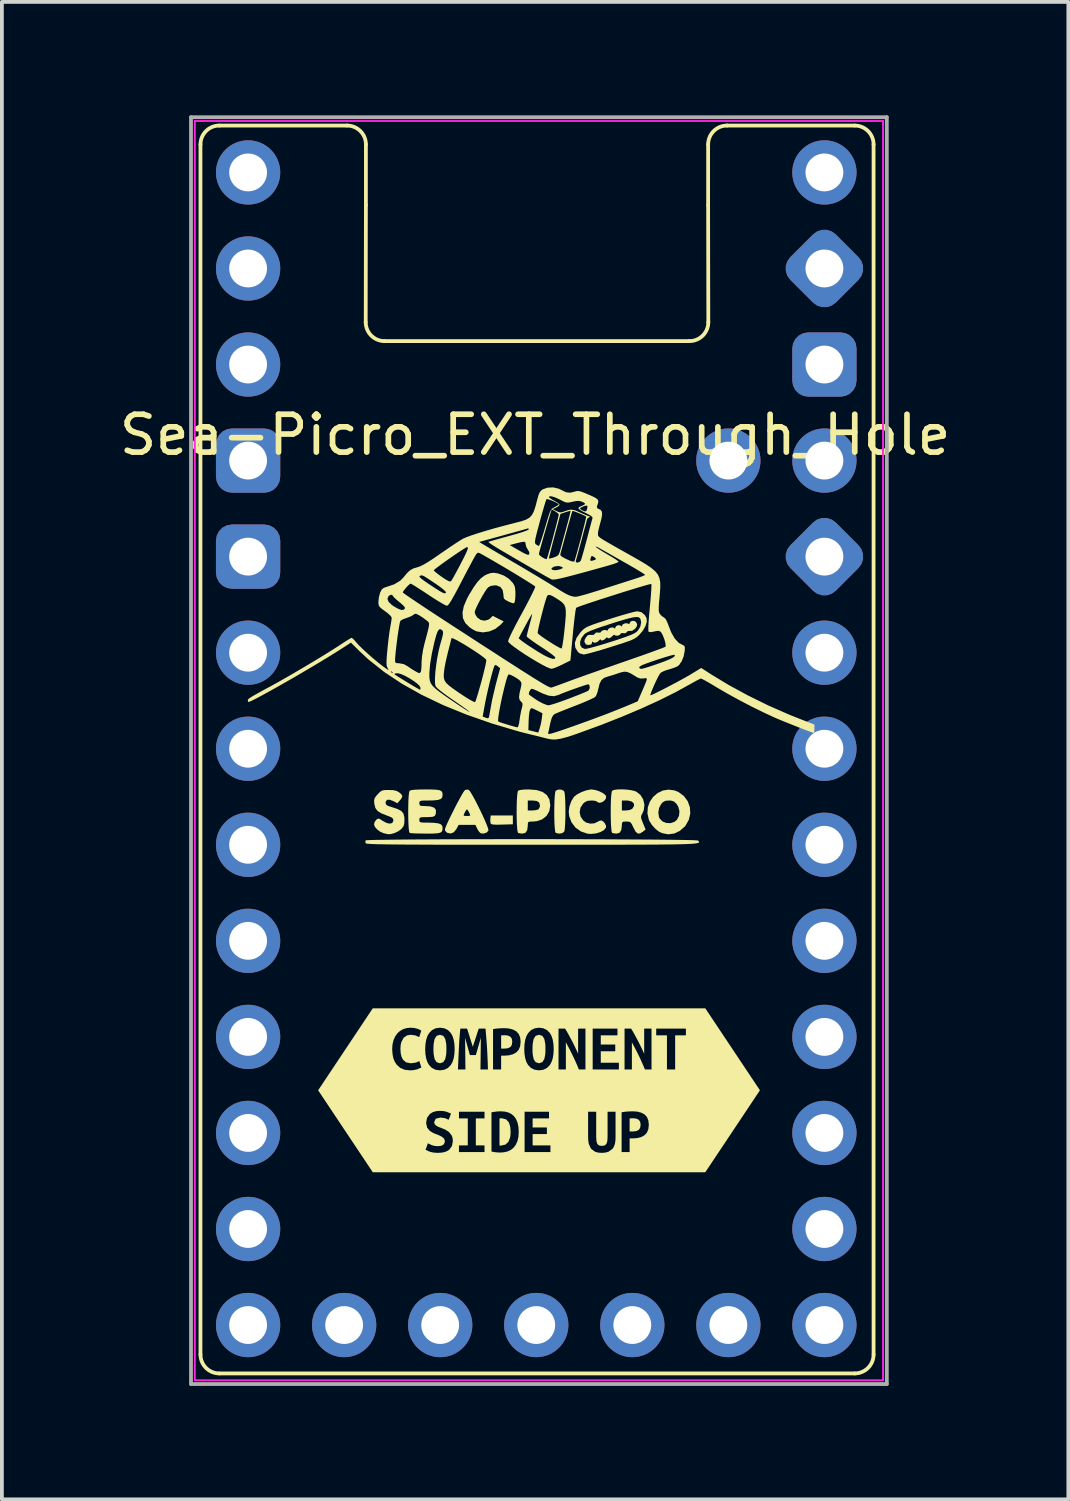
<source format=kicad_pcb>
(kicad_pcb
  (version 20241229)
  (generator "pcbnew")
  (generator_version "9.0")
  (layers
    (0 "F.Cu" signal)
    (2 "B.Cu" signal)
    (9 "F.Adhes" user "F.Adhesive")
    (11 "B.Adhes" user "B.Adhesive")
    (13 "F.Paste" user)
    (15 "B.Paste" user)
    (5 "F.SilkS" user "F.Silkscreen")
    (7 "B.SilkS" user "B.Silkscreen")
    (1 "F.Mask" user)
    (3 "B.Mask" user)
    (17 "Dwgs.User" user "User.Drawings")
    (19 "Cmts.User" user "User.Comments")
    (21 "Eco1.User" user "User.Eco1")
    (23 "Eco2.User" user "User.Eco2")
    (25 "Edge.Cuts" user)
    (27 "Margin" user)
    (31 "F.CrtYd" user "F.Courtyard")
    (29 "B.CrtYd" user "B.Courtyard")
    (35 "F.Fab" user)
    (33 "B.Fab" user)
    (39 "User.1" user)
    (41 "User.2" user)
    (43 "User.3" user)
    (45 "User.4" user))
  (footprint "Sea-Picro_EXT_Through_Hole"
    (layer "F.Cu")
    (at 11.101 16.75)
    (property "Reference" "Sea-Picro_EXT_Through_Hole" (at 0 -8.3 0) (unlocked yes) (layer "F.SilkS") (effects (font (size 1 1) (thickness 0.15))))
    (attr through_hole exclude_from_pos_files)
    (fp_line (start -8.85 -15.98) (end -8.85 16.02) (stroke (width 0.1) (type solid)) (layer "F.SilkS"))
    (fp_line (start -8.35 16.52) (end 8.45 16.52) (stroke (width 0.1) (type solid)) (layer "F.SilkS"))
    (fp_line (start -4.975 -16.48) (end -8.35 -16.48) (stroke (width 0.1) (type solid)) (layer "F.SilkS"))
    (fp_line (start -4.475 -14.38) (end -4.48 -11.28) (stroke (width 0.1) (type solid)) (layer "F.SilkS"))
    (fp_line (start -4.475 -14.38) (end -4.475 -15.98) (stroke (width 0.1) (type solid)) (layer "F.SilkS"))
    (fp_line (start -3.98 -10.78) (end 4.08 -10.78) (stroke (width 0.1) (type solid)) (layer "F.SilkS"))
    (fp_line (start 4.575 -14.38) (end 4.575 -15.98) (stroke (width 0.1) (type solid)) (layer "F.SilkS"))
    (fp_line (start 4.575 -14.38) (end 4.58 -11.28) (stroke (width 0.1) (type solid)) (layer "F.SilkS"))
    (fp_line (start 5.075 -16.48) (end 8.45 -16.48) (stroke (width 0.1) (type solid)) (layer "F.SilkS"))
    (fp_line (start 8.95 16.02) (end 8.95 -15.98) (stroke (width 0.1) (type solid)) (layer "F.SilkS"))
    (fp_arc (start -8.84951 -15.98) (mid -8.703063 -16.333553) (end -8.34951 -16.48) (stroke (width 0.1) (type solid)) (layer "F.SilkS"))
    (fp_arc (start -8.34951 16.52) (mid -8.703063 16.373553) (end -8.84951 16.02) (stroke (width 0.1) (type solid)) (layer "F.SilkS"))
    (fp_arc (start -4.97451 -16.48) (mid -4.620957 -16.333553) (end -4.47451 -15.98) (stroke (width 0.1) (type solid)) (layer "F.SilkS"))
    (fp_arc (start -3.98 -10.77951) (mid -4.333553 -10.925957) (end -4.48 -11.27951) (stroke (width 0.1) (type solid)) (layer "F.SilkS"))
    (fp_arc (start 4.57549 -15.98) (mid 4.721931 -16.333559) (end 5.07549 -16.48) (stroke (width 0.1) (type solid)) (layer "F.SilkS"))
    (fp_arc (start 4.58 -11.27951) (mid 4.433553 -10.925957) (end 4.08 -10.77951) (stroke (width 0.1) (type solid)) (layer "F.SilkS"))
    (fp_arc (start 8.45049 -16.48) (mid 8.804046 -16.333556) (end 8.95049 -15.98) (stroke (width 0.1) (type solid)) (layer "F.SilkS"))
    (fp_arc (start 8.95049 16.02) (mid 8.804039 16.373543) (end 8.45049 16.52) (stroke (width 0.1) (type solid)) (layer "F.SilkS"))
    (fp_poly (pts (xy -0.589 1.998) (xy -0.874 2.006) (xy -1.012 2.009) (xy -1.101 2.005) (xy -1.152 1.995) (xy -1.175 1.976) (xy -1.177 1.972) (xy -1.186 1.913) (xy -1.183 1.847) (xy -1.174 1.764) (xy -0.589 1.764)) (stroke (width 0) (type solid)) (fill yes) (layer "F.SilkS"))
    (fp_poly (pts (xy -0.792 7.576) (xy -0.845 7.577) (xy -0.899 7.581) (xy -0.899 7.93) (xy -0.811 7.93) (xy -0.721 7.92) (xy -0.656 7.889) (xy -0.617 7.834) (xy -0.604 7.749) (xy -0.616 7.668) (xy -0.655 7.615) (xy -0.715 7.586) (xy -0.792 7.576)) (stroke (width 0) (type solid)) (fill yes) (layer "F.SilkS"))
    (fp_poly (pts (xy 2.604 9.772) (xy 2.551 9.773) (xy 2.499 9.777) (xy 2.499 10.121) (xy 2.585 10.121) (xy 2.674 10.111) (xy 2.738 10.081) (xy 2.777 10.026) (xy 2.79 9.942) (xy 2.777 9.863) (xy 2.739 9.811) (xy 2.68 9.782) (xy 2.604 9.772)) (stroke (width 0) (type solid)) (fill yes) (layer "F.SilkS"))
    (fp_poly (pts (xy -0.942 10.493) (xy -0.923 10.495) (xy -0.904 10.495) (xy -0.783 10.467) (xy -0.704 10.391) (xy -0.661 10.277) (xy -0.651 10.208) (xy -0.648 10.132) (xy -0.658 9.997) (xy -0.694 9.882) (xy -0.765 9.802) (xy -0.88 9.772) (xy -0.911 9.773) (xy -0.942 9.777) (xy -0.942 10.493)) (stroke (width 0) (type solid)) (fill yes) (layer "F.SilkS"))
    (fp_poly (pts (xy -2.689 7.941) (xy -2.687 8.017) (xy -2.682 8.088) (xy -2.658 8.208) (xy -2.606 8.288) (xy -2.517 8.318) (xy -2.429 8.288) (xy -2.377 8.207) (xy -2.352 8.088) (xy -2.348 8.017) (xy -2.346 7.941) (xy -2.348 7.865) (xy -2.352 7.793) (xy -2.377 7.674) (xy -2.428 7.593) (xy -2.517 7.564) (xy -2.606 7.593) (xy -2.658 7.675) (xy -2.682 7.794) (xy -2.687 7.865) (xy -2.689 7.941)) (stroke (width 0) (type solid)) (fill yes) (layer "F.SilkS"))
    (fp_poly (pts (xy -0.069 7.941) (xy -0.068 8.017) (xy -0.063 8.088) (xy -0.039 8.208) (xy 0.013 8.288) (xy 0.102 8.318) (xy 0.19 8.288) (xy 0.243 8.207) (xy 0.267 8.088) (xy 0.272 8.017) (xy 0.273 7.941) (xy 0.272 7.865) (xy 0.267 7.793) (xy 0.243 7.674) (xy 0.191 7.593) (xy 0.102 7.564) (xy 0.013 7.593) (xy -0.039 7.675) (xy -0.063 7.794) (xy -0.068 7.865) (xy -0.069 7.941)) (stroke (width 0) (type solid)) (fill yes) (layer "F.SilkS"))
    (fp_poly (pts (xy 0.688 1.08) (xy 0.754 1.111) (xy 0.771 1.133) (xy 0.782 1.182) (xy 0.791 1.28) (xy 0.798 1.415) (xy 0.801 1.578) (xy 0.801 1.661) (xy 0.8 1.834) (xy 0.794 1.984) (xy 0.786 2.101) (xy 0.776 2.174) (xy 0.771 2.19) (xy 0.719 2.232) (xy 0.637 2.245) (xy 0.546 2.227) (xy 0.545 2.227) (xy 0.532 2.194) (xy 0.521 2.113) (xy 0.513 1.997) (xy 0.508 1.855) (xy 0.506 1.701) (xy 0.507 1.543) (xy 0.511 1.395) (xy 0.518 1.267) (xy 0.528 1.171) (xy 0.54 1.117) (xy 0.544 1.111) (xy 0.609 1.08)) (stroke (width 0) (type solid)) (fill yes) (layer "F.SilkS"))
    (fp_poly (pts (xy 1.589 1.09) (xy 1.694 1.124) (xy 1.789 1.171) (xy 1.857 1.223) (xy 1.879 1.261) (xy 1.868 1.325) (xy 1.822 1.381) (xy 1.757 1.419) (xy 1.691 1.43) (xy 1.64 1.405) (xy 1.635 1.398) (xy 1.598 1.38) (xy 1.523 1.37) (xy 1.485 1.369) (xy 1.386 1.378) (xy 1.314 1.413) (xy 1.267 1.454) (xy 1.199 1.56) (xy 1.178 1.679) (xy 1.204 1.797) (xy 1.274 1.898) (xy 1.348 1.951) (xy 1.453 1.98) (xy 1.562 1.974) (xy 1.637 1.94) (xy 1.702 1.906) (xy 1.744 1.896) (xy 1.798 1.92) (xy 1.847 1.977) (xy 1.876 2.044) (xy 1.874 2.084) (xy 1.82 2.151) (xy 1.724 2.205) (xy 1.603 2.241) (xy 1.471 2.253) (xy 1.387 2.246) (xy 1.212 2.188) (xy 1.068 2.086) (xy 0.962 1.947) (xy 0.901 1.782) (xy 0.889 1.661) (xy 0.909 1.52) (xy 0.96 1.379) (xy 1.029 1.271) (xy 1.109 1.207) (xy 1.225 1.147) (xy 1.351 1.101) (xy 1.467 1.078) (xy 1.49 1.076)) (stroke (width 0) (type solid)) (fill yes) (layer "F.SilkS"))
    (fp_poly (pts (xy 3.689 1.103) (xy 3.789 1.144) (xy 3.934 1.251) (xy 4.036 1.389) (xy 4.093 1.547) (xy 4.103 1.714) (xy 4.064 1.881) (xy 3.975 2.036) (xy 3.954 2.061) (xy 3.825 2.173) (xy 3.68 2.242) (xy 3.531 2.262) (xy 3.479 2.256) (xy 3.401 2.24) (xy 3.354 2.23) (xy 3.27 2.19) (xy 3.176 2.113) (xy 3.088 2.015) (xy 3.022 1.911) (xy 3.008 1.879) (xy 2.97 1.709) (xy 2.971 1.69) (xy 3.258 1.69) (xy 3.276 1.809) (xy 3.289 1.838) (xy 3.363 1.919) (xy 3.465 1.963) (xy 3.578 1.968) (xy 3.685 1.933) (xy 3.75 1.88) (xy 3.805 1.775) (xy 3.817 1.651) (xy 3.784 1.529) (xy 3.74 1.459) (xy 3.677 1.398) (xy 3.609 1.373) (xy 3.537 1.369) (xy 3.446 1.377) (xy 3.382 1.41) (xy 3.335 1.459) (xy 3.278 1.565) (xy 3.258 1.69) (xy 2.971 1.69) (xy 2.981 1.547) (xy 3.035 1.398) (xy 3.123 1.271) (xy 3.24 1.171) (xy 3.378 1.105) (xy 3.53 1.081)) (stroke (width 0) (type solid)) (fill yes) (layer "F.SilkS"))
    (fp_poly (pts (xy 0.036 1.092) (xy 0.196 1.142) (xy 0.31 1.225) (xy 0.378 1.342) (xy 0.401 1.495) (xy 0.401 1.501) (xy 0.375 1.652) (xy 0.301 1.776) (xy 0.187 1.867) (xy 0.038 1.917) (xy -0.061 1.925) (xy -0.142 1.927) (xy -0.181 1.941) (xy -0.193 1.981) (xy -0.194 2.029) (xy -0.208 2.15) (xy -0.253 2.221) (xy -0.328 2.244) (xy -0.334 2.244) (xy -0.407 2.237) (xy -0.45 2.227) (xy -0.463 2.194) (xy -0.474 2.113) (xy -0.482 1.997) (xy -0.487 1.855) (xy -0.489 1.701) (xy -0.488 1.632) (xy -0.194 1.632) (xy -0.068 1.632) (xy 0.019 1.624) (xy 0.082 1.605) (xy 0.093 1.597) (xy 0.123 1.54) (xy 0.128 1.501) (xy 0.109 1.426) (xy 0.047 1.383) (xy -0.062 1.369) (xy -0.068 1.369) (xy -0.194 1.369) (xy -0.194 1.632) (xy -0.488 1.632) (xy -0.488 1.543) (xy -0.484 1.395) (xy -0.477 1.267) (xy -0.467 1.171) (xy -0.455 1.117) (xy -0.451 1.111) (xy -0.401 1.092) (xy -0.303 1.08) (xy -0.172 1.076)) (stroke (width 0) (type solid)) (fill yes) (layer "F.SilkS"))
    (fp_poly (pts (xy -1.752 1.092) (xy -1.719 1.129) (xy -1.67 1.21) (xy -1.607 1.322) (xy -1.537 1.457) (xy -1.464 1.603) (xy -1.394 1.751) (xy -1.33 1.891) (xy -1.279 2.012) (xy -1.245 2.105) (xy -1.233 2.158) (xy -1.234 2.163) (xy -1.276 2.212) (xy -1.349 2.241) (xy -1.426 2.24) (xy -1.437 2.236) (xy -1.478 2.2) (xy -1.522 2.133) (xy -1.53 2.116) (xy -1.58 2.013) (xy -2.022 2.013) (xy -2.081 2.122) (xy -2.151 2.209) (xy -2.235 2.243) (xy -2.328 2.221) (xy -2.337 2.216) (xy -2.379 2.168) (xy -2.386 2.136) (xy -2.372 2.088) (xy -2.336 2) (xy -2.282 1.883) (xy -2.225 1.765) (xy -1.891 1.765) (xy -1.865 1.775) (xy -1.804 1.779) (xy -1.803 1.779) (xy -1.741 1.775) (xy -1.715 1.765) (xy -1.715 1.765) (xy -1.728 1.723) (xy -1.756 1.665) (xy -1.786 1.618) (xy -1.803 1.603) (xy -1.826 1.626) (xy -1.857 1.678) (xy -1.883 1.734) (xy -1.891 1.765) (xy -2.225 1.765) (xy -2.215 1.746) (xy -2.142 1.6) (xy -2.068 1.455) (xy -1.996 1.322) (xy -1.934 1.21) (xy -1.885 1.13) (xy -1.855 1.093) (xy -1.854 1.092) (xy -1.784 1.079)) (stroke (width 0) (type solid)) (fill yes) (layer "F.SilkS"))
    (fp_poly (pts (xy 2.437 1.082) (xy 2.557 1.099) (xy 2.653 1.125) (xy 2.675 1.135) (xy 2.786 1.222) (xy 2.859 1.342) (xy 2.89 1.48) (xy 2.874 1.621) (xy 2.836 1.711) (xy 2.808 1.763) (xy 2.799 1.806) (xy 2.81 1.86) (xy 2.843 1.945) (xy 2.852 1.968) (xy 2.922 2.136) (xy 2.853 2.191) (xy 2.775 2.24) (xy 2.712 2.241) (xy 2.656 2.191) (xy 2.6 2.086) (xy 2.558 1.996) (xy 2.524 1.948) (xy 2.483 1.929) (xy 2.42 1.925) (xy 2.411 1.925) (xy 2.336 1.928) (xy 2.303 1.947) (xy 2.294 1.997) (xy 2.294 2.029) (xy 2.279 2.15) (xy 2.234 2.221) (xy 2.159 2.244) (xy 2.154 2.244) (xy 2.081 2.237) (xy 2.038 2.227) (xy 2.024 2.194) (xy 2.014 2.113) (xy 2.006 1.997) (xy 2.001 1.855) (xy 1.999 1.701) (xy 1.999 1.632) (xy 2.294 1.632) (xy 2.409 1.632) (xy 2.499 1.62) (xy 2.565 1.59) (xy 2.57 1.586) (xy 2.616 1.512) (xy 2.61 1.447) (xy 2.556 1.397) (xy 2.461 1.371) (xy 2.42 1.369) (xy 2.294 1.369) (xy 2.294 1.632) (xy 1.999 1.632) (xy 2 1.543) (xy 2.003 1.395) (xy 2.01 1.267) (xy 2.02 1.171) (xy 2.033 1.117) (xy 2.036 1.111) (xy 2.091 1.088) (xy 2.187 1.076) (xy 2.308 1.074)) (stroke (width 0) (type solid)) (fill yes) (layer "F.SilkS"))
    (fp_poly (pts (xy -0.993 -4.638) (xy -0.972 -4.633) (xy -0.827 -4.58) (xy -0.694 -4.494) (xy -0.591 -4.388) (xy -0.545 -4.309) (xy -0.529 -4.239) (xy -0.521 -4.14) (xy -0.522 -4.032) (xy -0.53 -3.934) (xy -0.545 -3.866) (xy -0.554 -3.85) (xy -0.59 -3.849) (xy -0.659 -3.872) (xy -0.706 -3.893) (xy -0.785 -3.935) (xy -0.824 -3.973) (xy -0.836 -4.028) (xy -0.837 -4.07) (xy -0.858 -4.195) (xy -0.919 -4.278) (xy -1.018 -4.318) (xy -1.066 -4.321) (xy -1.17 -4.306) (xy -1.24 -4.27) (xy -1.284 -4.218) (xy -1.342 -4.129) (xy -1.407 -4.018) (xy -1.473 -3.899) (xy -1.531 -3.784) (xy -1.575 -3.687) (xy -1.597 -3.623) (xy -1.598 -3.613) (xy -1.58 -3.549) (xy -1.535 -3.477) (xy -1.529 -3.47) (xy -1.44 -3.406) (xy -1.334 -3.387) (xy -1.232 -3.415) (xy -1.183 -3.452) (xy -1.121 -3.514) (xy -0.831 -3.367) (xy -0.914 -3.279) (xy -1.053 -3.169) (xy -1.214 -3.101) (xy -1.383 -3.077) (xy -1.545 -3.103) (xy -1.568 -3.112) (xy -1.639 -3.149) (xy -1.722 -3.203) (xy -1.736 -3.214) (xy -1.846 -3.324) (xy -1.908 -3.45) (xy -1.921 -3.598) (xy -1.886 -3.769) (xy -1.802 -3.968) (xy -1.745 -4.074) (xy -1.629 -4.264) (xy -1.528 -4.407) (xy -1.432 -4.51) (xy -1.337 -4.581) (xy -1.259 -4.618) (xy -1.169 -4.647) (xy -1.09 -4.653)) (stroke (width 0) (type solid)) (fill yes) (layer "F.SilkS"))
    (fp_poly (pts (xy -3.747 1.096) (xy -3.663 1.116) (xy -3.599 1.151) (xy -3.531 1.211) (xy -3.512 1.262) (xy -3.54 1.321) (xy -3.57 1.358) (xy -3.642 1.442) (xy -3.743 1.388) (xy -3.845 1.348) (xy -3.915 1.351) (xy -3.951 1.397) (xy -3.954 1.426) (xy -3.947 1.466) (xy -3.919 1.496) (xy -3.857 1.524) (xy -3.764 1.552) (xy -3.624 1.6) (xy -3.533 1.651) (xy -3.482 1.717) (xy -3.459 1.807) (xy -3.456 1.881) (xy -3.461 1.982) (xy -3.481 2.049) (xy -3.525 2.108) (xy -3.544 2.128) (xy -3.623 2.185) (xy -3.725 2.232) (xy -3.825 2.259) (xy -3.895 2.259) (xy -3.944 2.248) (xy -4.003 2.235) (xy -4.091 2.198) (xy -4.175 2.137) (xy -4.237 2.065) (xy -4.261 2) (xy -4.24 1.93) (xy -4.203 1.881) (xy -4.165 1.852) (xy -4.13 1.848) (xy -4.08 1.874) (xy -4.03 1.908) (xy -3.928 1.963) (xy -3.84 1.981) (xy -3.778 1.963) (xy -3.75 1.909) (xy -3.749 1.897) (xy -3.756 1.855) (xy -3.786 1.823) (xy -3.851 1.792) (xy -3.935 1.761) (xy -4.076 1.704) (xy -4.169 1.643) (xy -4.224 1.568) (xy -4.25 1.469) (xy -4.253 1.449) (xy -4.258 1.365) (xy -4.243 1.305) (xy -4.198 1.242) (xy -4.164 1.204) (xy -4.105 1.143) (xy -4.054 1.109) (xy -3.992 1.094) (xy -3.897 1.091) (xy -3.87 1.091)) (stroke (width 0) (type solid)) (fill yes) (layer "F.SilkS"))
    (fp_poly (pts (xy -2.728 1.078) (xy -2.605 1.084) (xy -2.524 1.098) (xy -2.477 1.122) (xy -2.454 1.16) (xy -2.447 1.214) (xy -2.447 1.227) (xy -2.458 1.288) (xy -2.495 1.329) (xy -2.569 1.354) (xy -2.685 1.366) (xy -2.811 1.369) (xy -2.932 1.369) (xy -3.006 1.374) (xy -3.044 1.385) (xy -3.059 1.406) (xy -3.061 1.441) (xy -3.061 1.442) (xy -3.056 1.486) (xy -3.032 1.507) (xy -2.973 1.515) (xy -2.917 1.515) (xy -2.769 1.525) (xy -2.673 1.557) (xy -2.627 1.61) (xy -2.622 1.644) (xy -2.628 1.725) (xy -2.651 1.774) (xy -2.704 1.799) (xy -2.799 1.807) (xy -2.86 1.808) (xy -2.966 1.809) (xy -3.026 1.815) (xy -3.053 1.832) (xy -3.061 1.863) (xy -3.061 1.881) (xy -3.059 1.917) (xy -3.043 1.939) (xy -3.003 1.95) (xy -2.925 1.954) (xy -2.829 1.954) (xy -2.667 1.959) (xy -2.555 1.974) (xy -2.486 2.003) (xy -2.453 2.049) (xy -2.447 2.094) (xy -2.451 2.152) (xy -2.47 2.193) (xy -2.511 2.221) (xy -2.584 2.236) (xy -2.696 2.243) (xy -2.857 2.245) (xy -2.899 2.244) (xy -3.045 2.242) (xy -3.171 2.239) (xy -3.265 2.234) (xy -3.314 2.228) (xy -3.317 2.227) (xy -3.331 2.194) (xy -3.342 2.113) (xy -3.349 1.997) (xy -3.354 1.855) (xy -3.356 1.701) (xy -3.355 1.543) (xy -3.352 1.395) (xy -3.345 1.267) (xy -3.335 1.171) (xy -3.322 1.117) (xy -3.319 1.111) (xy -3.272 1.094) (xy -3.171 1.083) (xy -3.015 1.077) (xy -2.9 1.076)) (stroke (width 0) (type solid)) (fill yes) (layer "F.SilkS"))
    (fp_poly (pts (xy -0.058 2.391) (xy 0.381 2.391) (xy 0.816 2.392) (xy 1.242 2.393) (xy 1.657 2.394) (xy 2.056 2.396) (xy 2.435 2.398) (xy 2.79 2.4) (xy 3.118 2.402) (xy 3.414 2.405) (xy 3.674 2.408) (xy 3.895 2.412) (xy 4.073 2.415) (xy 4.203 2.419) (xy 4.282 2.424) (xy 4.306 2.427) (xy 4.321 2.442) (xy 4.332 2.456) (xy 4.337 2.468) (xy 4.332 2.479) (xy 4.316 2.489) (xy 4.286 2.497) (xy 4.238 2.505) (xy 4.171 2.512) (xy 4.082 2.517) (xy 3.968 2.522) (xy 3.826 2.526) (xy 3.654 2.53) (xy 3.45 2.532) (xy 3.209 2.535) (xy 2.931 2.536) (xy 2.611 2.537) (xy 2.248 2.538) (xy 1.839 2.539) (xy 1.381 2.539) (xy 0.872 2.539) (xy 0.309 2.539) (xy -0.096 2.539) (xy -0.694 2.539) (xy -1.236 2.539) (xy -1.725 2.539) (xy -2.164 2.538) (xy -2.555 2.538) (xy -2.9 2.537) (xy -3.203 2.535) (xy -3.466 2.534) (xy -3.691 2.532) (xy -3.882 2.53) (xy -4.041 2.527) (xy -4.171 2.525) (xy -4.274 2.521) (xy -4.354 2.518) (xy -4.411 2.513) (xy -4.451 2.509) (xy -4.474 2.504) (xy -4.484 2.498) (xy -4.484 2.497) (xy -4.488 2.441) (xy -4.481 2.424) (xy -4.45 2.419) (xy -4.364 2.415) (xy -4.227 2.411) (xy -4.043 2.408) (xy -3.817 2.405) (xy -3.552 2.402) (xy -3.251 2.399) (xy -2.92 2.397) (xy -2.561 2.395) (xy -2.179 2.394) (xy -1.778 2.392) (xy -1.362 2.392) (xy -0.934 2.391) (xy -0.498 2.391)) (stroke (width 0) (type solid)) (fill yes) (layer "F.SilkS"))
    (fp_poly (pts (xy 2.638 -3.374) (xy 2.663 -3.357) (xy 2.7 -3.294) (xy 2.683 -3.224) (xy 2.641 -3.17) (xy 2.564 -3.118) (xy 2.511 -3.116) (xy 2.448 -3.11) (xy 2.427 -3.086) (xy 2.386 -3.055) (xy 2.337 -3.057) (xy 2.283 -3.059) (xy 2.265 -3.045) (xy 2.24 -3.012) (xy 2.187 -2.991) (xy 2.133 -2.989) (xy 2.112 -3.002) (xy 2.083 -3.014) (xy 2.054 -2.988) (xy 2.004 -2.944) (xy 1.953 -2.921) (xy 1.918 -2.925) (xy 1.913 -2.939) (xy 1.9 -2.949) (xy 1.877 -2.928) (xy 1.827 -2.883) (xy 1.775 -2.862) (xy 1.741 -2.869) (xy 1.737 -2.882) (xy 1.724 -2.896) (xy 1.7 -2.872) (xy 1.641 -2.821) (xy 1.578 -2.801) (xy 1.532 -2.817) (xy 1.528 -2.822) (xy 1.509 -2.839) (xy 1.504 -2.808) (xy 1.491 -2.765) (xy 1.477 -2.757) (xy 1.426 -2.748) (xy 1.411 -2.744) (xy 1.361 -2.751) (xy 1.335 -2.772) (xy 1.303 -2.826) (xy 1.311 -2.884) (xy 1.348 -2.951) (xy 1.397 -3.004) (xy 1.458 -3.013) (xy 1.477 -3.01) (xy 1.545 -3.01) (xy 1.575 -3.04) (xy 1.615 -3.073) (xy 1.665 -3.072) (xy 1.719 -3.07) (xy 1.738 -3.084) (xy 1.762 -3.117) (xy 1.816 -3.138) (xy 1.87 -3.14) (xy 1.891 -3.127) (xy 1.91 -3.112) (xy 1.913 -3.131) (xy 1.938 -3.171) (xy 1.993 -3.2) (xy 2.054 -3.209) (xy 2.093 -3.19) (xy 2.113 -3.171) (xy 2.118 -3.2) (xy 2.142 -3.243) (xy 2.195 -3.267) (xy 2.25 -3.263) (xy 2.27 -3.246) (xy 2.29 -3.227) (xy 2.293 -3.248) (xy 2.319 -3.289) (xy 2.375 -3.315) (xy 2.436 -3.318) (xy 2.462 -3.306) (xy 2.493 -3.295) (xy 2.499 -3.321) (xy 2.522 -3.363) (xy 2.577 -3.383)) (stroke (width 0) (type solid)) (fill yes) (layer "F.SilkS"))
    (fp_poly (pts (xy 2.816 -3.608) (xy 2.903 -3.533) (xy 2.948 -3.449) (xy 2.953 -3.357) (xy 2.918 -3.244) (xy 2.85 -3.124) (xy 2.763 -3.021) (xy 2.717 -2.977) (xy 2.673 -2.941) (xy 2.621 -2.909) (xy 2.553 -2.876) (xy 2.461 -2.841) (xy 2.337 -2.798) (xy 2.172 -2.745) (xy 2.001 -2.691) (xy 1.814 -2.633) (xy 1.641 -2.582) (xy 1.491 -2.54) (xy 1.374 -2.51) (xy 1.299 -2.495) (xy 1.282 -2.493) (xy 1.182 -2.52) (xy 1.132 -2.56) (xy 1.062 -2.673) (xy 1.05 -2.796) (xy 1.061 -2.828) (xy 1.19 -2.828) (xy 1.193 -2.741) (xy 1.232 -2.675) (xy 1.305 -2.642) (xy 1.33 -2.64) (xy 1.385 -2.649) (xy 1.485 -2.674) (xy 1.621 -2.711) (xy 1.784 -2.759) (xy 1.964 -2.815) (xy 2.025 -2.834) (xy 2.237 -2.904) (xy 2.399 -2.959) (xy 2.52 -3.005) (xy 2.606 -3.043) (xy 2.665 -3.077) (xy 2.704 -3.109) (xy 2.707 -3.112) (xy 2.781 -3.224) (xy 2.804 -3.342) (xy 2.789 -3.421) (xy 2.769 -3.456) (xy 2.735 -3.477) (xy 2.682 -3.484) (xy 2.602 -3.476) (xy 2.491 -3.451) (xy 2.341 -3.41) (xy 2.147 -3.351) (xy 1.976 -3.296) (xy 1.76 -3.226) (xy 1.594 -3.168) (xy 1.471 -3.121) (xy 1.383 -3.081) (xy 1.324 -3.046) (xy 1.296 -3.022) (xy 1.224 -2.926) (xy 1.19 -2.828) (xy 1.061 -2.828) (xy 1.095 -2.931) (xy 1.198 -3.076) (xy 1.219 -3.099) (xy 1.259 -3.141) (xy 1.299 -3.175) (xy 1.348 -3.207) (xy 1.412 -3.239) (xy 1.501 -3.274) (xy 1.623 -3.317) (xy 1.784 -3.37) (xy 1.971 -3.431) (xy 2.159 -3.49) (xy 2.335 -3.542) (xy 2.488 -3.586) (xy 2.609 -3.617) (xy 2.688 -3.633) (xy 2.708 -3.635)) (stroke (width 0) (type solid)) (fill yes) (layer "F.SilkS"))
    (fp_poly (pts (xy -3.78 6.864) (xy -3.641 7.524) (xy -3.57 7.461) (xy -3.486 7.414) (xy -3.392 7.386) (xy -3.289 7.377) (xy -3.185 7.386) (xy -3.104 7.408) (xy -3.046 7.434) (xy -3.01 7.455) (xy -3.066 7.627) (xy -3.163 7.582) (xy -3.293 7.564) (xy -3.391 7.582) (xy -3.477 7.643) (xy -3.538 7.757) (xy -3.556 7.838) (xy -3.562 7.936) (xy -3.555 8.049) (xy -3.533 8.144) (xy -2.907 7.941) (xy -2.9 7.81) (xy -2.881 7.696) (xy -2.849 7.599) (xy -2.804 7.519) (xy -2.726 7.44) (xy -2.631 7.393) (xy -2.517 7.377) (xy -2.401 7.393) (xy -2.304 7.44) (xy -2.228 7.519) (xy -2.184 7.599) (xy -2.153 7.696) (xy -2.134 7.81) (xy -2 7.647) (xy -1.989 7.52) (xy -1.978 7.401) (xy -1.8 7.401) (xy -1.769 7.496) (xy -1.73 7.62) (xy -1.688 7.754) (xy -1.648 7.88) (xy -1.604 7.746) (xy -1.56 7.613) (xy -1.522 7.494) (xy -1.491 7.401) (xy -1.312 7.401) (xy -1.3 7.541) (xy -1.289 7.677) (xy -1.278 7.811) (xy -1.113 8.482) (xy -1.113 7.415) (xy -1.043 7.403) (xy -0.963 7.395) (xy -0.885 7.391) (xy -0.817 7.389) (xy -0.689 7.398) (xy -0.583 7.427) (xy -0.497 7.474) (xy -0.434 7.542) (xy -0.396 7.634) (xy -0.383 7.751) (xy -0.396 7.868) (xy -0.434 7.961) (xy -0.287 7.941) (xy -0.281 7.81) (xy -0.262 7.696) (xy -0.229 7.599) (xy -0.184 7.519) (xy -0.107 7.44) (xy -0.011 7.393) (xy 0.102 7.377) (xy 0.219 7.393) (xy 0.315 7.44) (xy 0.392 7.519) (xy 0.435 7.599) (xy 0.466 7.696) (xy 0.485 7.81) (xy 0.491 7.941) (xy 0.485 8.072) (xy 0.466 8.186) (xy 0.434 8.283) (xy 0.39 8.363) (xy 0.313 8.442) (xy 0.218 8.489) (xy 0.104 8.505) (xy -0.013 8.489) (xy -0.11 8.442) (xy -0.187 8.363) (xy -0.231 8.283) (xy -0.262 8.186) (xy -0.281 8.072) (xy -0.287 7.941) (xy -0.434 7.961) (xy -0.498 8.031) (xy -0.585 8.079) (xy -0.693 8.108) (xy -0.822 8.117) (xy -0.899 8.117) (xy -0.899 8.482) (xy -1.113 8.482) (xy -1.278 7.811) (xy -1.27 7.943) (xy -1.263 8.076) (xy -1.257 8.209) (xy -1.252 8.344) (xy -1.248 8.482) (xy -1.445 8.482) (xy -1.435 7.642) (xy -1.567 8.1) (xy -1.725 8.1) (xy -1.852 7.642) (xy -1.843 8.482) (xy -2.041 8.482) (xy -2.035 8.347) (xy -2.029 8.206) (xy -2.023 8.064) (xy -2.016 7.922) (xy -2.009 7.782) (xy -2 7.647) (xy -2.134 7.81) (xy -2.128 7.941) (xy -2.134 8.072) (xy -2.153 8.186) (xy -2.185 8.283) (xy -2.229 8.363) (xy -2.306 8.442) (xy -2.402 8.489) (xy -2.516 8.505) (xy -2.633 8.489) (xy -2.729 8.442) (xy -2.806 8.363) (xy -2.85 8.283) (xy -2.882 8.186) (xy -2.901 8.072) (xy -2.907 7.941) (xy -3.533 8.144) (xy -3.498 8.219) (xy -3.414 8.293) (xy -3.289 8.318) (xy -3.15 8.299) (xy -3.062 8.26) (xy -3.008 8.43) (xy -3.131 8.481) (xy -3.215 8.499) (xy -3.31 8.505) (xy -3.451 8.489) (xy -2.883 9.894) (xy -2.858 9.761) (xy -2.785 9.66) (xy -2.712 9.613) (xy -2.623 9.585) (xy -2.518 9.576) (xy -2.426 9.582) (xy -2.347 9.598) (xy -2.224 9.648) (xy -2.286 9.812) (xy -2.381 9.77) (xy -2.502 9.753) (xy -2.629 9.784) (xy -2.671 9.875) (xy -2.654 9.93) (xy -2.61 9.971) (xy -2.55 10.003) (xy -2.483 10.028) (xy -2.379 10.071) (xy -2.28 10.133) (xy -2.205 10.229) (xy -2.183 10.294) (xy -2.175 10.374) (xy -2.2 10.507) (xy -2.014 10.665) (xy -2.014 10.49) (xy -1.781 10.49) (xy -1.781 9.776) (xy -2.014 9.776) (xy -2.014 9.6) (xy -1.338 9.6) (xy -1.338 9.776) (xy -1.154 10.653) (xy -1.154 9.614) (xy -1.018 9.593) (xy -0.899 9.588) (xy -0.798 9.596) (xy -0.707 9.619) (xy -0.627 9.659) (xy -0.56 9.716) (xy -0.506 9.791) (xy -0.466 9.885) (xy -0.441 9.998) (xy -0.433 10.132) (xy -0.442 10.269) (xy -0.47 10.384) (xy -0.514 10.478) (xy -0.572 10.553) (xy -0.644 10.61) (xy -0.728 10.649) (xy -0.823 10.671) (xy -0.926 10.679) (xy -1.037 10.673) (xy -1.154 10.653) (xy -1.338 9.776) (xy -1.568 9.776) (xy -1.568 10.49) (xy -1.338 10.49) (xy -1.338 10.665) (xy -2.014 10.665) (xy -2.2 10.507) (xy -2.273 10.606) (xy -2.349 10.651) (xy -2.447 10.678) (xy -2.568 10.687) (xy -2.687 10.68) (xy -2.779 10.659) (xy -2.898 10.607) (xy -2.836 10.434) (xy -2.725 10.486) (xy -2.654 10.504) (xy -2.568 10.51) (xy -2.479 10.499) (xy -2.423 10.468) (xy -2.395 10.423) (xy -2.387 10.373) (xy -2.406 10.314) (xy -2.454 10.268) (xy -2.52 10.232) (xy -2.592 10.202) (xy -2.692 10.163) (xy -2.785 10.106) (xy -2.855 10.021) (xy -2.883 9.894) (xy -3.451 8.489) (xy -3.567 8.44) (xy -3.659 8.358) (xy -3.712 8.277) (xy -3.75 8.181) (xy -3.772 8.068) (xy -3.78 7.941) (xy -3.771 7.814) (xy -3.743 7.702) (xy -3.699 7.605) (xy -3.641 7.524) (xy -3.78 6.864) (xy -4.293 6.864) (xy -5.738 9.032) (xy -4.293 11.2) (xy -0.278 10.665) (xy -0.278 9.6) (xy 0.367 9.6) (xy 0.367 9.776) (xy -0.066 9.776) (xy -0.066 10.015) (xy 0.311 10.015) (xy 0.311 10.19) (xy -0.066 10.19) (xy -0.066 10.49) (xy 0.405 10.49) (xy 0.405 10.665) (xy -0.278 10.665) (xy -4.293 11.2) (xy -3.78 11.2) (xy 1.761 10.687) (xy 1.666 10.68) (xy 1.588 10.659) (xy 1.477 10.577) (xy 1.419 10.448) (xy 1.406 10.368) (xy 1.401 10.28) (xy 1.401 9.6) (xy 1.615 9.6) (xy 1.615 10.266) (xy 1.622 10.379) (xy 1.645 10.452) (xy 1.69 10.491) (xy 1.764 10.503) (xy 1.838 10.491) (xy 1.885 10.451) (xy 1.909 10.377) (xy 1.916 10.264) (xy 1.916 9.6) (xy 2.127 9.6) (xy 2.127 10.28) (xy 2.123 10.368) (xy 2.11 10.448) (xy 2.086 10.518) (xy 2.05 10.577) (xy 1.936 10.659) (xy 1.857 10.68) (xy 1.761 10.687) (xy -3.78 11.2) (xy 3.987 11.2) (xy 2.994 10.06) (xy 2.956 10.152) (xy 2.894 10.22) (xy 2.808 10.268) (xy 2.702 10.296) (xy 2.575 10.305) (xy 2.499 10.305) (xy 2.499 10.665) (xy 2.287 10.665) (xy 2.287 9.614) (xy 2.357 9.602) (xy 2.435 9.594) (xy 2.513 9.59) (xy 2.58 9.588) (xy 2.705 9.597) (xy 2.81 9.625) (xy 2.895 9.671) (xy 2.957 9.739) (xy 2.994 9.83) (xy 3.007 9.944) (xy 2.994 10.06) (xy 3.987 11.2) (xy 4.5 11.2) (xy 5.945 9.032) (xy 1.158 8.482) (xy 1.108 8.362) (xy 1.055 8.243) (xy 0.999 8.123) (xy 0.94 8.004) (xy 0.878 7.884) (xy 0.813 7.764) (xy 0.813 8.482) (xy 0.619 8.482) (xy 0.619 7.401) (xy 0.792 7.401) (xy 0.841 7.481) (xy 0.89 7.568) (xy 0.938 7.658) (xy 0.985 7.747) (xy 1.029 7.835) (xy 1.07 7.92) (xy 1.107 7.998) (xy 1.137 8.067) (xy 1.137 7.401) (xy 1.331 7.401) (xy 1.522 8.482) (xy 1.522 7.401) (xy 2.177 7.401) (xy 2.177 7.579) (xy 1.736 7.579) (xy 1.736 7.822) (xy 2.119 7.822) (xy 2.119 8) (xy 1.736 8) (xy 1.736 8.304) (xy 2.215 8.304) (xy 2.215 8.482) (xy 1.522 8.482) (xy 1.331 7.401) (xy 1.331 8.482) (xy 1.158 8.482) (xy 5.945 9.032) (xy 4.5 6.864) (xy 3.078 7.401) (xy 3.078 8.482) (xy 3.486 8.482) (xy 3.486 7.579) (xy 3.202 7.579) (xy 3.202 7.401) (xy 3.987 7.401) (xy 3.987 7.579) (xy 3.703 7.579) (xy 3.703 8.482) (xy 3.486 8.482) (xy 3.078 8.482) (xy 2.905 8.482) (xy 2.854 8.362) (xy 2.801 8.243) (xy 2.745 8.123) (xy 2.686 8.004) (xy 2.624 7.884) (xy 2.559 7.764) (xy 2.559 8.482) (xy 2.365 8.482) (xy 2.365 7.401) (xy 2.538 7.401) (xy 2.587 7.481) (xy 2.636 7.568) (xy 2.684 7.658) (xy 2.731 7.747) (xy 2.775 7.835) (xy 2.817 7.92) (xy 2.853 7.998) (xy 2.884 8.067) (xy 2.884 7.401) (xy 3.078 7.401) (xy 4.5 6.864) (xy 3.987 6.864) (xy -3.78 6.864)) (stroke (width 0) (type solid)) (fill yes) (layer "F.SilkS"))
    (fp_poly (pts (xy 0.622 -6.878) (xy 0.699 -6.84) (xy 0.82 -6.782) (xy 0.932 -6.771) (xy 1.052 -6.8) (xy 1.105 -6.815) (xy 1.158 -6.814) (xy 1.226 -6.796) (xy 1.327 -6.757) (xy 1.376 -6.736) (xy 1.514 -6.676) (xy 1.604 -6.63) (xy 1.654 -6.589) (xy 1.672 -6.545) (xy 1.663 -6.488) (xy 1.635 -6.409) (xy 1.633 -6.406) (xy 1.642 -6.362) (xy 1.677 -6.343) (xy 1.734 -6.315) (xy 1.765 -6.269) (xy 1.772 -6.196) (xy 1.754 -6.087) (xy 1.717 -5.947) (xy 1.679 -5.804) (xy 1.662 -5.707) (xy 1.663 -5.647) (xy 1.67 -5.629) (xy 1.683 -5.612) (xy 1.703 -5.592) (xy 1.736 -5.568) (xy 1.787 -5.534) (xy 1.863 -5.489) (xy 1.967 -5.428) (xy 2.106 -5.349) (xy 2.285 -5.248) (xy 2.509 -5.122) (xy 2.525 -5.113) (xy 2.752 -4.984) (xy 2.933 -4.876) (xy 3.072 -4.781) (xy 3.175 -4.694) (xy 3.245 -4.607) (xy 3.287 -4.512) (xy 3.308 -4.404) (xy 3.31 -4.275) (xy 3.3 -4.118) (xy 3.291 -4.014) (xy 3.276 -3.855) (xy 3.269 -3.742) (xy 3.269 -3.666) (xy 3.276 -3.615) (xy 3.291 -3.577) (xy 3.3 -3.563) (xy 3.354 -3.504) (xy 3.403 -3.475) (xy 3.452 -3.431) (xy 3.499 -3.336) (xy 3.51 -3.305) (xy 3.597 -3.081) (xy 3.693 -2.913) (xy 3.8 -2.799) (xy 3.909 -2.741) (xy 3.945 -2.721) (xy 3.959 -2.681) (xy 3.957 -2.603) (xy 3.955 -2.586) (xy 3.928 -2.445) (xy 3.877 -2.316) (xy 3.811 -2.218) (xy 3.772 -2.184) (xy 3.708 -2.154) (xy 3.612 -2.12) (xy 3.535 -2.097) (xy 3.433 -2.065) (xy 3.351 -2.028) (xy 3.314 -2.002) (xy 3.284 -1.959) (xy 3.243 -1.882) (xy 3.194 -1.783) (xy 3.145 -1.676) (xy 3.1 -1.572) (xy 3.066 -1.485) (xy 3.048 -1.428) (xy 3.049 -1.411) (xy 3.087 -1.425) (xy 3.167 -1.462) (xy 3.279 -1.517) (xy 3.413 -1.585) (xy 3.562 -1.663) (xy 3.714 -1.743) (xy 3.861 -1.823) (xy 3.993 -1.896) (xy 4.101 -1.958) (xy 4.128 -1.975) (xy 4.393 -2.136) (xy 4.653 -1.968) (xy 5.122 -1.684) (xy 5.632 -1.407) (xy 6.167 -1.144) (xy 6.708 -0.906) (xy 6.983 -0.796) (xy 7.386 -0.64) (xy 7.386 -0.528) (xy 7.383 -0.457) (xy 7.376 -0.418) (xy 7.374 -0.416) (xy 7.338 -0.427) (xy 7.259 -0.455) (xy 7.146 -0.498) (xy 7.009 -0.55) (xy 6.86 -0.609) (xy 6.707 -0.67) (xy 6.562 -0.728) (xy 6.435 -0.781) (xy 6.336 -0.823) (xy 6.334 -0.824) (xy 6.041 -0.96) (xy 5.722 -1.117) (xy 5.397 -1.287) (xy 5.085 -1.458) (xy 4.81 -1.618) (xy 4.674 -1.7) (xy 4.554 -1.77) (xy 4.459 -1.822) (xy 4.401 -1.852) (xy 4.386 -1.857) (xy 4.35 -1.843) (xy 4.276 -1.806) (xy 4.175 -1.75) (xy 4.093 -1.704) (xy 3.714 -1.495) (xy 3.282 -1.28) (xy 2.807 -1.063) (xy 2.292 -0.845) (xy 1.747 -0.63) (xy 1.176 -0.421) (xy 1.045 -0.375) (xy 0.843 -0.309) (xy 0.682 -0.267) (xy 0.551 -0.246) (xy 0.438 -0.246) (xy 0.348 -0.261) (xy -0.244 -0.409) (xy 0.344 -0.409) (xy 0.348 -0.394) (xy 0.375 -0.391) (xy 0.433 -0.403) (xy 0.527 -0.431) (xy 0.664 -0.476) (xy 0.824 -0.531) (xy 1.023 -0.601) (xy 1.239 -0.678) (xy 1.451 -0.755) (xy 1.639 -0.824) (xy 1.711 -0.851) (xy 1.888 -0.918) (xy 2.078 -0.993) (xy 2.259 -1.065) (xy 2.408 -1.126) (xy 2.713 -1.254) (xy 2.824 -1.51) (xy 2.888 -1.658) (xy 2.929 -1.759) (xy 2.951 -1.822) (xy 2.952 -1.856) (xy 2.934 -1.867) (xy 2.898 -1.865) (xy 2.866 -1.859) (xy 2.783 -1.857) (xy 2.703 -1.885) (xy 2.644 -1.921) (xy 2.528 -1.992) (xy 2.438 -2.03) (xy 2.357 -2.038) (xy 2.265 -2.018) (xy 2.208 -1.999) (xy 2.093 -1.96) (xy 1.979 -1.925) (xy 1.925 -1.91) (xy 1.821 -1.872) (xy 1.751 -1.811) (xy 1.704 -1.716) (xy 1.675 -1.599) (xy 1.649 -1.496) (xy 1.617 -1.412) (xy 1.593 -1.374) (xy 1.551 -1.347) (xy 1.463 -1.304) (xy 1.341 -1.25) (xy 1.194 -1.189) (xy 1.063 -1.138) (xy 0.902 -1.075) (xy 0.756 -1.018) (xy 0.636 -0.969) (xy 0.551 -0.934) (xy 0.517 -0.918) (xy 0.475 -0.882) (xy 0.44 -0.816) (xy 0.409 -0.712) (xy 0.377 -0.563) (xy 0.36 -0.478) (xy 0.345 -0.412) (xy 0.344 -0.409) (xy -0.244 -0.409) (xy -0.418 -0.453) (xy -0.554 -0.493) (xy -0.179 -0.493) (xy -0.047 -0.46) (xy 0.084 -0.427) (xy 0.122 -0.546) (xy 0.151 -0.654) (xy 0.174 -0.774) (xy 0.177 -0.802) (xy 0.194 -0.938) (xy 0.045 -1.014) (xy -0.039 -1.055) (xy -0.087 -1.072) (xy -0.113 -1.064) (xy -0.133 -1.034) (xy -0.135 -1.031) (xy -0.15 -0.975) (xy -0.163 -0.879) (xy -0.171 -0.762) (xy -0.172 -0.733) (xy -0.179 -0.493) (xy -0.554 -0.493) (xy -1.137 -0.666) (xy -1.361 -0.744) (xy -0.98 -0.744) (xy -0.975 -0.72) (xy -0.943 -0.706) (xy -0.87 -0.681) (xy -0.774 -0.651) (xy -0.669 -0.619) (xy -0.572 -0.591) (xy -0.498 -0.572) (xy -0.468 -0.565) (xy -0.447 -0.591) (xy -0.427 -0.66) (xy -0.416 -0.731) (xy -0.397 -0.859) (xy -0.371 -0.993) (xy -0.357 -1.049) (xy -0.336 -1.139) (xy -0.333 -1.191) (xy -0.35 -1.225) (xy -0.373 -1.246) (xy -0.411 -1.295) (xy -0.425 -1.362) (xy -0.414 -1.459) (xy -0.168 -1.459) (xy -0.16 -1.431) (xy -0.132 -1.41) (xy -0.074 -1.368) (xy -0.047 -1.348) (xy 0.079 -1.264) (xy 0.202 -1.199) (xy 0.305 -1.158) (xy 0.356 -1.149) (xy 0.405 -1.159) (xy 0.498 -1.186) (xy 0.624 -1.228) (xy 0.773 -1.281) (xy 0.898 -1.327) (xy 1.055 -1.388) (xy 1.195 -1.443) (xy 1.307 -1.489) (xy 1.382 -1.522) (xy 1.409 -1.536) (xy 1.438 -1.586) (xy 1.445 -1.634) (xy 1.432 -1.687) (xy 1.409 -1.704) (xy 1.364 -1.694) (xy 1.278 -1.667) (xy 1.164 -1.629) (xy 1.034 -1.583) (xy 0.901 -1.535) (xy 0.779 -1.489) (xy 0.68 -1.45) (xy 0.62 -1.423) (xy 0.499 -1.389) (xy 0.355 -1.404) (xy 0.184 -1.467) (xy 0.124 -1.497) (xy 0.029 -1.543) (xy -0.049 -1.576) (xy -0.091 -1.587) (xy -0.123 -1.564) (xy -0.152 -1.513) (xy -0.168 -1.459) (xy -0.414 -1.459) (xy -0.414 -1.46) (xy -0.387 -1.577) (xy -0.365 -1.674) (xy -0.363 -1.734) (xy -0.381 -1.778) (xy -0.384 -1.782) (xy -0.427 -1.824) (xy -0.497 -1.872) (xy -0.576 -1.918) (xy -0.648 -1.953) (xy -0.696 -1.966) (xy -0.705 -1.963) (xy -0.728 -1.919) (xy -0.758 -1.829) (xy -0.792 -1.705) (xy -0.829 -1.557) (xy -0.867 -1.395) (xy -0.903 -1.23) (xy -0.934 -1.072) (xy -0.959 -0.931) (xy -0.975 -0.819) (xy -0.98 -0.744) (xy -1.361 -0.744) (xy -1.668 -0.851) (xy -1.387 -0.851) (xy -1.324 -0.826) (xy -1.263 -0.805) (xy -1.231 -0.813) (xy -1.214 -0.861) (xy -1.204 -0.921) (xy -1.14 -1.276) (xy -1.051 -1.657) (xy -1.012 -1.807) (xy -0.925 -2.128) (xy -0.989 -2.181) (xy -1.038 -2.214) (xy -1.065 -2.208) (xy -1.076 -2.191) (xy -1.097 -2.137) (xy -1.127 -2.037) (xy -1.163 -1.903) (xy -1.203 -1.746) (xy -1.243 -1.578) (xy -1.281 -1.41) (xy -1.313 -1.254) (xy -1.332 -1.157) (xy -1.387 -0.851) (xy -1.668 -0.851) (xy -1.808 -0.9) (xy -2.43 -1.153) (xy -3.002 -1.427) (xy -3.522 -1.719) (xy -3.904 -1.972) (xy -3.721 -1.972) (xy -3.717 -1.967) (xy -3.685 -1.945) (xy -3.616 -1.9) (xy -3.52 -1.841) (xy -3.41 -1.774) (xy -3.297 -1.705) (xy -3.192 -1.643) (xy -3.107 -1.593) (xy -3.053 -1.563) (xy -3.04 -1.557) (xy -3.033 -1.582) (xy -3.032 -1.616) (xy -3.057 -1.663) (xy -3.122 -1.726) (xy -3.217 -1.796) (xy -3.327 -1.866) (xy -3.44 -1.928) (xy -3.509 -1.959) (xy -2.797 -1.959) (xy -2.795 -1.868) (xy -2.783 -1.793) (xy -2.755 -1.725) (xy -2.706 -1.658) (xy -2.63 -1.584) (xy -2.521 -1.498) (xy -2.373 -1.392) (xy -2.239 -1.3) (xy -2.091 -1.2) (xy -1.959 -1.112) (xy -1.85 -1.041) (xy -1.772 -0.993) (xy -1.734 -0.973) (xy -1.732 -0.972) (xy -1.746 -0.988) (xy -1.802 -1.031) (xy -1.892 -1.096) (xy -2.01 -1.179) (xy -2.149 -1.275) (xy -2.156 -1.28) (xy -2.339 -1.407) (xy -2.48 -1.513) (xy -2.578 -1.594) (xy -2.629 -1.649) (xy -2.635 -1.659) (xy -2.648 -1.738) (xy -2.649 -1.861) (xy -2.642 -1.97) (xy -2.415 -1.97) (xy -2.415 -1.883) (xy -2.397 -1.812) (xy -2.356 -1.746) (xy -2.285 -1.677) (xy -2.178 -1.595) (xy -2.03 -1.492) (xy -1.999 -1.471) (xy -1.853 -1.374) (xy -1.733 -1.3) (xy -1.644 -1.252) (xy -1.595 -1.233) (xy -1.587 -1.235) (xy -1.571 -1.27) (xy -1.544 -1.353) (xy -1.507 -1.474) (xy -1.464 -1.622) (xy -1.419 -1.782) (xy -1.375 -1.951) (xy -1.338 -2.101) (xy -1.31 -2.224) (xy -1.294 -2.31) (xy -1.291 -2.348) (xy -1.32 -2.382) (xy -1.387 -2.436) (xy -1.482 -2.505) (xy -1.598 -2.583) (xy -1.724 -2.664) (xy -1.852 -2.744) (xy -1.973 -2.815) (xy -2.078 -2.873) (xy -2.159 -2.913) (xy -2.205 -2.927) (xy -2.213 -2.922) (xy -2.22 -2.892) (xy -2.238 -2.816) (xy -2.266 -2.706) (xy -2.299 -2.579) (xy -2.336 -2.427) (xy -2.369 -2.278) (xy -2.393 -2.151) (xy -2.404 -2.08) (xy -2.415 -1.97) (xy -2.642 -1.97) (xy -2.639 -2.018) (xy -2.619 -2.194) (xy -2.592 -2.38) (xy -2.557 -2.562) (xy -2.518 -2.728) (xy -2.506 -2.768) (xy -2.466 -2.909) (xy -2.442 -3.004) (xy -2.434 -3.065) (xy -2.438 -3.103) (xy -2.454 -3.128) (xy -2.457 -3.131) (xy -2.501 -3.162) (xy -2.54 -3.155) (xy -2.576 -3.105) (xy -2.613 -3.008) (xy -2.654 -2.859) (xy -2.663 -2.825) (xy -2.731 -2.517) (xy -2.776 -2.244) (xy -2.796 -2.015) (xy -2.797 -1.959) (xy -3.509 -1.959) (xy -3.544 -1.974) (xy -3.625 -1.996) (xy -3.639 -1.996) (xy -3.708 -1.99) (xy -3.721 -1.972) (xy -3.904 -1.972) (xy -3.989 -2.029) (xy -4.012 -2.047) (xy -3.817 -2.047) (xy -3.81 -2.03) (xy -3.781 -1.999) (xy -3.764 -2.005) (xy -3.764 -2.009) (xy -3.784 -2.034) (xy -3.797 -2.043) (xy -3.817 -2.047) (xy -4.012 -2.047) (xy -4.403 -2.357) (xy -4.632 -2.569) (xy -4.871 -2.806) (xy -5.115 -2.648) (xy -5.284 -2.541) (xy -5.478 -2.421) (xy -5.69 -2.292) (xy -5.916 -2.157) (xy -6.148 -2.02) (xy -6.381 -1.884) (xy -6.61 -1.753) (xy -6.828 -1.629) (xy -7.03 -1.516) (xy -7.209 -1.418) (xy -7.36 -1.337) (xy -7.477 -1.278) (xy -7.554 -1.244) (xy -7.582 -1.236) (xy -7.595 -1.259) (xy -7.597 -1.278) (xy -7.594 -1.295) (xy -7.583 -1.312) (xy -7.556 -1.335) (xy -7.508 -1.367) (xy -7.434 -1.411) (xy -7.326 -1.472) (xy -7.18 -1.552) (xy -6.989 -1.655) (xy -6.953 -1.675) (xy -6.768 -1.777) (xy -6.552 -1.9) (xy -6.316 -2.037) (xy -6.072 -2.181) (xy -5.83 -2.326) (xy -5.6 -2.465) (xy -5.393 -2.594) (xy -5.22 -2.704) (xy -5.135 -2.76) (xy -5.027 -2.831) (xy -4.936 -2.888) (xy -4.874 -2.924) (xy -4.852 -2.933) (xy -4.821 -2.912) (xy -4.768 -2.858) (xy -4.732 -2.815) (xy -4.66 -2.736) (xy -4.554 -2.632) (xy -4.425 -2.513) (xy -4.286 -2.391) (xy -4.149 -2.277) (xy -4.025 -2.18) (xy -3.994 -2.158) (xy -3.917 -2.104) (xy -3.88 -2.083) (xy -3.877 -2.093) (xy -3.896 -2.126) (xy -3.915 -2.161) (xy -3.927 -2.205) (xy -3.931 -2.268) (xy -3.928 -2.34) (xy -3.704 -2.34) (xy -3.699 -2.288) (xy -3.671 -2.265) (xy -3.604 -2.26) (xy -3.592 -2.26) (xy -3.469 -2.236) (xy -3.364 -2.176) (xy -3.268 -2.11) (xy -3.174 -2.053) (xy -3.098 -2.012) (xy -3.057 -1.998) (xy -3.032 -2.02) (xy -3.021 -2.043) (xy -3.011 -2.094) (xy -3.005 -2.185) (xy -3.003 -2.288) (xy -2.992 -2.439) (xy -2.963 -2.62) (xy -2.927 -2.775) (xy -2.877 -2.963) (xy -2.84 -3.103) (xy -2.817 -3.202) (xy -2.805 -3.27) (xy -2.805 -3.314) (xy -2.816 -3.344) (xy -2.837 -3.366) (xy -2.868 -3.391) (xy -2.882 -3.402) (xy -2.97 -3.468) (xy -3.063 -3.527) (xy -3.075 -3.534) (xy -3.142 -3.566) (xy -3.183 -3.568) (xy -3.217 -3.542) (xy -3.271 -3.508) (xy -3.357 -3.472) (xy -3.395 -3.46) (xy -3.482 -3.429) (xy -3.547 -3.395) (xy -3.563 -3.381) (xy -3.576 -3.342) (xy -3.593 -3.256) (xy -3.613 -3.135) (xy -3.635 -2.99) (xy -3.655 -2.834) (xy -3.674 -2.678) (xy -3.69 -2.534) (xy -3.7 -2.413) (xy -3.704 -2.34) (xy -3.928 -2.34) (xy -3.928 -2.361) (xy -3.918 -2.495) (xy -3.91 -2.588) (xy -3.893 -2.757) (xy -3.873 -2.929) (xy -3.853 -3.084) (xy -3.834 -3.196) (xy -3.814 -3.309) (xy -3.799 -3.403) (xy -3.793 -3.461) (xy -3.793 -3.465) (xy -3.815 -3.505) (xy -3.875 -3.564) (xy -3.959 -3.631) (xy -3.968 -3.637) (xy -4.059 -3.703) (xy -4.112 -3.751) (xy -4.136 -3.796) (xy -4.144 -3.853) (xy -4.144 -3.887) (xy -4.136 -3.961) (xy -3.905 -3.961) (xy -3.874 -3.884) (xy -3.789 -3.802) (xy -3.727 -3.76) (xy -3.613 -3.697) (xy -3.533 -3.669) (xy -3.478 -3.676) (xy -3.447 -3.702) (xy -3.442 -3.731) (xy -3.473 -3.775) (xy -3.544 -3.841) (xy -3.59 -3.878) (xy -3.673 -3.948) (xy -3.735 -4.007) (xy -3.763 -4.042) (xy -3.764 -4.046) (xy -3.784 -4.072) (xy -3.829 -4.067) (xy -3.877 -4.035) (xy -3.88 -4.031) (xy -3.905 -3.961) (xy -4.136 -3.961) (xy -4.132 -4.002) (xy -4.103 -4.116) (xy -4.097 -4.132) (xy -4.096 -4.134) (xy -3.5 -4.134) (xy -3.476 -4.113) (xy -3.408 -4.064) (xy -3.3 -3.99) (xy -3.156 -3.893) (xy -2.982 -3.776) (xy -2.782 -3.644) (xy -2.561 -3.499) (xy -2.322 -3.343) (xy -2.264 -3.305) (xy -1.847 -3.035) (xy -1.477 -2.794) (xy -1.149 -2.583) (xy -0.863 -2.397) (xy -0.614 -2.237) (xy -0.4 -2.1) (xy -0.219 -1.985) (xy -0.067 -1.889) (xy 0.059 -1.811) (xy 0.161 -1.749) (xy 0.241 -1.701) (xy 0.304 -1.666) (xy 0.351 -1.642) (xy 0.386 -1.627) (xy 0.411 -1.619) (xy 0.424 -1.617) (xy 0.456 -1.626) (xy 0.533 -1.653) (xy 0.645 -1.693) (xy 0.782 -1.744) (xy 0.863 -1.774) (xy 0.99 -1.821) (xy 1.163 -1.883) (xy 1.372 -1.958) (xy 1.608 -2.041) (xy 1.86 -2.13) (xy 1.881 -2.137) (xy 2.751 -2.137) (xy 2.786 -2.116) (xy 2.816 -2.113) (xy 2.861 -2.123) (xy 2.95 -2.148) (xy 3.07 -2.187) (xy 3.209 -2.234) (xy 3.246 -2.247) (xy 3.433 -2.315) (xy 3.568 -2.371) (xy 3.653 -2.416) (xy 3.693 -2.452) (xy 3.691 -2.481) (xy 3.689 -2.484) (xy 3.656 -2.482) (xy 3.579 -2.463) (xy 3.469 -2.431) (xy 3.337 -2.39) (xy 3.194 -2.343) (xy 3.051 -2.294) (xy 2.918 -2.246) (xy 2.827 -2.21) (xy 2.765 -2.172) (xy 2.751 -2.137) (xy 1.881 -2.137) (xy 2.121 -2.221) (xy 2.351 -2.301) (xy 2.589 -2.384) (xy 2.81 -2.461) (xy 3.008 -2.532) (xy 3.177 -2.593) (xy 3.31 -2.642) (xy 3.401 -2.677) (xy 3.444 -2.696) (xy 3.446 -2.698) (xy 3.453 -2.74) (xy 3.44 -2.817) (xy 3.412 -2.909) (xy 3.376 -3) (xy 3.338 -3.07) (xy 3.319 -3.093) (xy 3.277 -3.116) (xy 3.217 -3.116) (xy 3.15 -3.1) (xy 3.055 -3.083) (xy 3.002 -3.093) (xy 2.999 -3.095) (xy 2.994 -3.133) (xy 2.994 -3.222) (xy 3.001 -3.355) (xy 3.014 -3.526) (xy 3.033 -3.727) (xy 3.033 -3.731) (xy 3.05 -3.913) (xy 3.063 -4.076) (xy 3.072 -4.209) (xy 3.076 -4.305) (xy 3.075 -4.353) (xy 3.074 -4.357) (xy 3.043 -4.353) (xy 2.964 -4.333) (xy 2.845 -4.299) (xy 2.694 -4.254) (xy 2.517 -4.2) (xy 2.324 -4.14) (xy 2.122 -4.076) (xy 1.918 -4.011) (xy 1.72 -3.948) (xy 1.536 -3.887) (xy 1.373 -3.833) (xy 1.24 -3.787) (xy 1.144 -3.752) (xy 1.092 -3.73) (xy 1.086 -3.726) (xy 1.076 -3.691) (xy 1.062 -3.605) (xy 1.045 -3.479) (xy 1.027 -3.319) (xy 1.007 -3.135) (xy 0.996 -3.016) (xy 0.933 -2.333) (xy 0.714 -2.224) (xy 0.605 -2.173) (xy 0.51 -2.135) (xy 0.446 -2.115) (xy 0.436 -2.114) (xy 0.377 -2.13) (xy 0.282 -2.172) (xy 0.16 -2.236) (xy 0.02 -2.316) (xy -0.129 -2.407) (xy -0.279 -2.501) (xy -0.419 -2.595) (xy -0.542 -2.682) (xy -0.638 -2.756) (xy -0.698 -2.812) (xy -0.715 -2.839) (xy -0.703 -2.882) (xy -0.687 -2.92) (xy -0.437 -2.92) (xy -0.345 -2.846) (xy -0.284 -2.802) (xy -0.187 -2.735) (xy -0.067 -2.657) (xy 0.062 -2.574) (xy 0.23 -2.475) (xy 0.365 -2.409) (xy 0.462 -2.377) (xy 0.52 -2.38) (xy 0.536 -2.413) (xy 0.512 -2.441) (xy 0.447 -2.494) (xy 0.349 -2.565) (xy 0.228 -2.648) (xy 0.156 -2.695) (xy 0.025 -2.781) (xy -0.086 -2.859) (xy -0.169 -2.921) (xy -0.216 -2.962) (xy -0.223 -2.973) (xy -0.215 -3.014) (xy -0.206 -3.055) (xy 0.069 -3.055) (xy 0.102 -3.022) (xy 0.171 -2.97) (xy 0.265 -2.904) (xy 0.373 -2.834) (xy 0.481 -2.765) (xy 0.579 -2.707) (xy 0.655 -2.666) (xy 0.697 -2.65) (xy 0.699 -2.651) (xy 0.711 -2.681) (xy 0.727 -2.761) (xy 0.745 -2.879) (xy 0.764 -3.027) (xy 0.779 -3.169) (xy 0.799 -3.376) (xy 0.811 -3.535) (xy 0.811 -3.653) (xy 0.798 -3.741) (xy 0.77 -3.808) (xy 0.724 -3.862) (xy 0.658 -3.914) (xy 0.587 -3.961) (xy 0.473 -4.03) (xy 0.397 -4.065) (xy 0.348 -4.067) (xy 0.318 -4.039) (xy 0.311 -4.023) (xy 0.283 -3.943) (xy 0.249 -3.829) (xy 0.212 -3.692) (xy 0.173 -3.545) (xy 0.137 -3.399) (xy 0.105 -3.266) (xy 0.082 -3.156) (xy 0.069 -3.081) (xy 0.069 -3.055) (xy -0.206 -3.055) (xy -0.195 -3.098) (xy -0.167 -3.208) (xy -0.15 -3.27) (xy -0.118 -3.388) (xy -0.093 -3.485) (xy -0.079 -3.548) (xy -0.077 -3.562) (xy -0.09 -3.549) (xy -0.125 -3.493) (xy -0.177 -3.402) (xy -0.242 -3.284) (xy -0.257 -3.256) (xy -0.437 -2.92) (xy -0.687 -2.92) (xy -0.666 -2.969) (xy -0.605 -3.096) (xy -0.525 -3.254) (xy -0.427 -3.439) (xy -0.353 -3.574) (xy -0.254 -3.757) (xy -0.167 -3.923) (xy -0.094 -4.067) (xy -0.039 -4.18) (xy -0.005 -4.256) (xy 0.003 -4.288) (xy -0.025 -4.31) (xy -0.096 -4.358) (xy -0.203 -4.426) (xy -0.34 -4.511) (xy -0.5 -4.609) (xy -0.675 -4.714) (xy -0.858 -4.823) (xy -1.043 -4.931) (xy -1.221 -5.035) (xy -1.387 -5.129) (xy -1.432 -5.154) (xy -1.491 -5.183) (xy -1.527 -5.178) (xy -1.559 -5.142) (xy -1.584 -5.101) (xy -1.632 -5.015) (xy -1.698 -4.893) (xy -1.779 -4.742) (xy -1.869 -4.57) (xy -1.94 -4.432) (xy -2.051 -4.221) (xy -2.139 -4.058) (xy -2.207 -3.937) (xy -2.259 -3.854) (xy -2.297 -3.805) (xy -2.325 -3.783) (xy -2.333 -3.781) (xy -2.375 -3.797) (xy -2.456 -3.841) (xy -2.567 -3.907) (xy -2.7 -3.99) (xy -2.827 -4.074) (xy -2.969 -4.168) (xy -3.095 -4.249) (xy -3.196 -4.313) (xy -3.265 -4.354) (xy -3.292 -4.367) (xy -3.326 -4.346) (xy -3.379 -4.295) (xy -3.436 -4.231) (xy -3.482 -4.172) (xy -3.5 -4.134) (xy -4.096 -4.134) (xy -4.057 -4.211) (xy -4.003 -4.255) (xy -3.929 -4.279) (xy -3.724 -4.349) (xy -3.565 -4.445) (xy -3.481 -4.531) (xy -3.458 -4.559) (xy -3.061 -4.559) (xy -3.05 -4.535) (xy -3.007 -4.495) (xy -2.926 -4.435) (xy -2.802 -4.35) (xy -2.768 -4.327) (xy -2.616 -4.228) (xy -2.506 -4.159) (xy -2.431 -4.12) (xy -2.385 -4.108) (xy -2.363 -4.119) (xy -2.359 -4.142) (xy -2.382 -4.172) (xy -2.445 -4.227) (xy -2.537 -4.297) (xy -2.644 -4.372) (xy -2.778 -4.461) (xy -2.871 -4.522) (xy -2.934 -4.561) (xy -2.974 -4.58) (xy -3.001 -4.585) (xy -3.025 -4.58) (xy -3.046 -4.573) (xy -3.061 -4.559) (xy -3.458 -4.559) (xy -3.388 -4.644) (xy -3.309 -4.718) (xy -3.308 -4.718) (xy -2.681 -4.718) (xy -2.658 -4.691) (xy -2.598 -4.641) (xy -2.512 -4.575) (xy -2.469 -4.545) (xy -2.361 -4.473) (xy -2.289 -4.434) (xy -2.245 -4.423) (xy -2.222 -4.433) (xy -2.197 -4.471) (xy -2.151 -4.55) (xy -2.09 -4.662) (xy -2.018 -4.796) (xy -1.981 -4.867) (xy -1.894 -5.035) (xy -1.833 -5.158) (xy -1.796 -5.243) (xy -1.779 -5.296) (xy -1.781 -5.323) (xy -1.798 -5.332) (xy -1.801 -5.332) (xy -1.835 -5.316) (xy -1.906 -5.273) (xy -2.004 -5.209) (xy -2.121 -5.13) (xy -2.247 -5.043) (xy -2.372 -4.955) (xy -2.487 -4.872) (xy -2.583 -4.801) (xy -2.651 -4.748) (xy -2.68 -4.72) (xy -2.681 -4.718) (xy -3.308 -4.718) (xy -3.226 -4.765) (xy -3.125 -4.796) (xy -3.121 -4.797) (xy -3.046 -4.822) (xy -2.955 -4.866) (xy -2.84 -4.933) (xy -2.693 -5.028) (xy -2.519 -5.149) (xy -2.364 -5.255) (xy -2.215 -5.357) (xy -2.082 -5.445) (xy -2.045 -5.469) (xy -1.48 -5.469) (xy -1.386 -5.411) (xy -1.337 -5.382) (xy -1.245 -5.328) (xy -1.117 -5.252) (xy -0.959 -5.159) (xy -0.78 -5.054) (xy -0.586 -4.94) (xy -0.515 -4.899) (xy -0.306 -4.776) (xy -0.098 -4.652) (xy 0.099 -4.535) (xy 0.275 -4.428) (xy 0.421 -4.339) (xy 0.527 -4.272) (xy 0.54 -4.264) (xy 0.699 -4.164) (xy 0.82 -4.094) (xy 0.916 -4.05) (xy 0.997 -4.026) (xy 1.072 -4.018) (xy 1.124 -4.026) (xy 1.221 -4.05) (xy 1.355 -4.087) (xy 1.514 -4.135) (xy 1.691 -4.19) (xy 1.731 -4.203) (xy 1.929 -4.267) (xy 2.131 -4.331) (xy 2.322 -4.392) (xy 2.487 -4.445) (xy 2.608 -4.483) (xy 2.731 -4.523) (xy 2.829 -4.559) (xy 2.891 -4.586) (xy 2.908 -4.598) (xy 2.884 -4.619) (xy 2.816 -4.663) (xy 2.712 -4.727) (xy 2.579 -4.805) (xy 2.425 -4.894) (xy 2.374 -4.922) (xy 2.205 -5.018) (xy 2.045 -5.109) (xy 1.904 -5.189) (xy 1.791 -5.252) (xy 1.718 -5.294) (xy 1.71 -5.299) (xy 1.642 -5.335) (xy 1.604 -5.348) (xy 1.601 -5.341) (xy 1.633 -5.314) (xy 1.705 -5.266) (xy 1.806 -5.203) (xy 1.913 -5.139) (xy 2.029 -5.071) (xy 2.123 -5.012) (xy 2.185 -4.969) (xy 2.206 -4.949) (xy 2.198 -4.937) (xy 2.171 -4.922) (xy 2.12 -4.902) (xy 2.039 -4.875) (xy 1.924 -4.841) (xy 1.77 -4.797) (xy 1.571 -4.742) (xy 1.322 -4.673) (xy 1.213 -4.644) (xy 0.984 -4.582) (xy 0.804 -4.536) (xy 0.667 -4.503) (xy 0.568 -4.483) (xy 0.499 -4.474) (xy 0.453 -4.474) (xy 0.431 -4.48) (xy 0.381 -4.507) (xy 0.285 -4.56) (xy 0.146 -4.639) (xy -0.03 -4.74) (xy -0.079 -4.769) (xy 0.433 -4.769) (xy 0.438 -4.741) (xy 0.479 -4.724) (xy 0.546 -4.721) (xy 0.628 -4.734) (xy 0.674 -4.749) (xy 0.726 -4.774) (xy 0.727 -4.796) (xy 0.713 -4.807) (xy 0.627 -4.832) (xy 0.526 -4.823) (xy 0.477 -4.804) (xy 0.433 -4.769) (xy -0.079 -4.769) (xy -0.239 -4.862) (xy -0.479 -5.001) (xy -0.743 -5.156) (xy -0.906 -5.251) (xy -1.03 -5.326) (xy -1.126 -5.386) (xy -0.673 -5.386) (xy -0.426 -5.244) (xy -0.309 -5.178) (xy -0.231 -5.141) (xy -0.185 -5.128) (xy -0.16 -5.138) (xy -0.155 -5.144) (xy -0.155 -5.147) (xy 0.099 -5.147) (xy 0.122 -5.113) (xy 0.178 -5.069) (xy 0.244 -5.031) (xy 0.3 -5.012) (xy 0.304 -5.011) (xy 0.314 -5.034) (xy 0.362 -5.034) (xy 0.387 -5.031) (xy 0.45 -5.045) (xy 0.494 -5.059) (xy 0.577 -5.093) (xy 0.623 -5.135) (xy 0.629 -5.149) (xy 0.667 -5.149) (xy 0.67 -5.115) (xy 0.707 -5.079) (xy 0.788 -5.034) (xy 0.835 -5.011) (xy 0.941 -4.965) (xy 1.005 -4.947) (xy 1.036 -4.956) (xy 1.039 -4.96) (xy 1.052 -4.998) (xy 1.077 -5.084) (xy 1.113 -5.208) (xy 1.155 -5.361) (xy 1.201 -5.533) (xy 1.209 -5.563) (xy 1.254 -5.736) (xy 1.293 -5.888) (xy 1.324 -6.012) (xy 1.343 -6.098) (xy 1.35 -6.138) (xy 1.35 -6.14) (xy 1.315 -6.16) (xy 1.246 -6.192) (xy 1.162 -6.228) (xy 1.079 -6.261) (xy 1.015 -6.283) (xy 0.987 -6.289) (xy 0.976 -6.258) (xy 0.952 -6.18) (xy 0.919 -6.063) (xy 0.878 -5.916) (xy 0.832 -5.749) (xy 0.829 -5.739) (xy 0.782 -5.567) (xy 0.74 -5.412) (xy 0.705 -5.285) (xy 0.679 -5.194) (xy 0.667 -5.149) (xy 0.667 -5.149) (xy 0.629 -5.149) (xy 0.651 -5.204) (xy 0.657 -5.225) (xy 0.676 -5.295) (xy 0.707 -5.409) (xy 0.746 -5.553) (xy 0.791 -5.715) (xy 0.818 -5.814) (xy 0.86 -5.97) (xy 0.895 -6.105) (xy 0.921 -6.209) (xy 0.935 -6.273) (xy 0.937 -6.289) (xy 0.907 -6.286) (xy 0.84 -6.267) (xy 0.799 -6.254) (xy 0.67 -6.21) (xy 0.516 -5.632) (xy 0.469 -5.457) (xy 0.429 -5.301) (xy 0.396 -5.173) (xy 0.373 -5.082) (xy 0.363 -5.037) (xy 0.362 -5.034) (xy 0.314 -5.034) (xy 0.316 -5.038) (xy 0.34 -5.113) (xy 0.373 -5.228) (xy 0.415 -5.374) (xy 0.461 -5.543) (xy 0.473 -5.588) (xy 0.52 -5.765) (xy 0.561 -5.922) (xy 0.594 -6.052) (xy 0.616 -6.145) (xy 0.626 -6.192) (xy 0.627 -6.196) (xy 0.605 -6.223) (xy 0.555 -6.262) (xy 0.497 -6.299) (xy 0.451 -6.321) (xy 0.437 -6.321) (xy 0.425 -6.287) (xy 0.4 -6.208) (xy 0.365 -6.093) (xy 0.324 -5.953) (xy 0.279 -5.798) (xy 0.233 -5.64) (xy 0.19 -5.487) (xy 0.152 -5.351) (xy 0.122 -5.242) (xy 0.104 -5.17) (xy 0.099 -5.147) (xy -0.155 -5.147) (xy -0.155 -5.202) (xy -0.192 -5.264) (xy -0.235 -5.34) (xy -0.252 -5.413) (xy -0.256 -5.45) (xy -0.26 -5.454) (xy -0.004 -5.454) (xy 0.002 -5.427) (xy 0.017 -5.409) (xy 0.026 -5.402) (xy 0.077 -5.37) (xy 0.101 -5.362) (xy 0.115 -5.388) (xy 0.142 -5.462) (xy 0.18 -5.574) (xy 0.224 -5.715) (xy 0.263 -5.847) (xy 0.315 -6.023) (xy 0.354 -6.151) (xy 0.385 -6.241) (xy 0.412 -6.3) (xy 0.439 -6.339) (xy 0.47 -6.364) (xy 0.509 -6.386) (xy 0.516 -6.389) (xy 0.583 -6.427) (xy 0.622 -6.454) (xy 0.626 -6.459) (xy 0.601 -6.483) (xy 0.54 -6.518) (xy 0.461 -6.555) (xy 0.382 -6.585) (xy 0.323 -6.602) (xy 0.302 -6.6) (xy 0.287 -6.566) (xy 0.26 -6.484) (xy 0.224 -6.363) (xy 0.181 -6.212) (xy 0.133 -6.041) (xy 0.125 -6.009) (xy 0.073 -5.816) (xy 0.035 -5.672) (xy 0.011 -5.569) (xy -0.002 -5.499) (xy -0.004 -5.454) (xy -0.26 -5.454) (xy -0.275 -5.47) (xy -0.318 -5.472) (xy -0.395 -5.458) (xy -0.516 -5.428) (xy -0.556 -5.417) (xy -0.673 -5.386) (xy -1.126 -5.386) (xy -1.133 -5.39) (xy -1.204 -5.439) (xy -1.237 -5.465) (xy -1.238 -5.468) (xy -1.206 -5.48) (xy -1.128 -5.504) (xy -1.01 -5.537) (xy -0.864 -5.578) (xy -0.703 -5.622) (xy -0.523 -5.672) (xy -0.373 -5.717) (xy -0.259 -5.756) (xy -0.189 -5.785) (xy -0.169 -5.8) (xy -0.176 -5.827) (xy -0.197 -5.825) (xy -0.236 -5.813) (xy -0.323 -5.788) (xy -0.449 -5.753) (xy -0.604 -5.71) (xy -0.782 -5.661) (xy -0.859 -5.639) (xy -1.48 -5.469) (xy -2.045 -5.469) (xy -1.976 -5.513) (xy -1.915 -5.55) (xy -1.828 -5.589) (xy -1.692 -5.64) (xy -1.515 -5.698) (xy -1.306 -5.762) (xy -1.073 -5.83) (xy -0.824 -5.897) (xy -0.568 -5.963) (xy -0.522 -5.975) (xy -0.359 -6.017) (xy -0.238 -6.059) (xy -0.149 -6.111) (xy -0.084 -6.181) (xy -0.033 -6.279) (xy 0.011 -6.415) (xy 0.059 -6.599) (xy 0.06 -6.602) (xy 0.075 -6.656) (xy 0.363 -6.656) (xy 0.386 -6.632) (xy 0.447 -6.591) (xy 0.5 -6.561) (xy 0.579 -6.515) (xy 0.633 -6.474) (xy 0.647 -6.457) (xy 0.629 -6.426) (xy 0.575 -6.388) (xy 0.561 -6.381) (xy 0.466 -6.336) (xy 0.564 -6.285) (xy 0.631 -6.255) (xy 0.685 -6.25) (xy 0.756 -6.27) (xy 0.784 -6.281) (xy 0.886 -6.314) (xy 0.969 -6.323) (xy 1.054 -6.305) (xy 1.165 -6.258) (xy 1.182 -6.25) (xy 1.282 -6.205) (xy 1.371 -6.167) (xy 1.416 -6.151) (xy 1.455 -6.133) (xy 1.441 -6.125) (xy 1.44 -6.125) (xy 1.391 -6.098) (xy 1.375 -6.071) (xy 1.363 -6.027) (xy 1.339 -5.937) (xy 1.305 -5.81) (xy 1.264 -5.658) (xy 1.225 -5.511) (xy 1.18 -5.345) (xy 1.14 -5.197) (xy 1.107 -5.077) (xy 1.084 -4.995) (xy 1.074 -4.962) (xy 1.08 -4.931) (xy 1.117 -4.923) (xy 1.166 -4.936) (xy 1.205 -4.97) (xy 1.207 -4.974) (xy 1.208 -4.978) (xy 1.457 -4.978) (xy 1.486 -4.969) (xy 1.518 -4.974) (xy 1.58 -4.993) (xy 1.607 -5.012) (xy 1.596 -5.04) (xy 1.556 -5.073) (xy 1.511 -5.095) (xy 1.49 -5.093) (xy 1.476 -5.061) (xy 1.463 -5.022) (xy 1.457 -4.978) (xy 1.208 -4.978) (xy 1.223 -5.018) (xy 1.25 -5.108) (xy 1.286 -5.235) (xy 1.328 -5.389) (xy 1.368 -5.539) (xy 1.412 -5.707) (xy 1.451 -5.856) (xy 1.484 -5.978) (xy 1.507 -6.062) (xy 1.518 -6.097) (xy 1.509 -6.131) (xy 1.455 -6.173) (xy 1.357 -6.225) (xy 1.236 -6.286) (xy 1.167 -6.331) (xy 1.157 -6.347) (xy 1.187 -6.347) (xy 1.225 -6.316) (xy 1.248 -6.304) (xy 1.316 -6.276) (xy 1.351 -6.283) (xy 1.371 -6.33) (xy 1.375 -6.343) (xy 1.385 -6.408) (xy 1.366 -6.432) (xy 1.307 -6.42) (xy 1.275 -6.408) (xy 1.204 -6.375) (xy 1.187 -6.347) (xy 1.157 -6.347) (xy 1.145 -6.365) (xy 1.168 -6.393) (xy 1.224 -6.418) (xy 1.301 -6.452) (xy 1.322 -6.48) (xy 1.287 -6.511) (xy 1.239 -6.533) (xy 1.17 -6.553) (xy 1.095 -6.552) (xy 0.991 -6.532) (xy 0.904 -6.513) (xy 0.841 -6.51) (xy 0.779 -6.526) (xy 0.697 -6.566) (xy 0.659 -6.586) (xy 0.543 -6.641) (xy 0.449 -6.672) (xy 0.385 -6.678) (xy 0.363 -6.656) (xy 0.075 -6.656) (xy 0.092 -6.716) (xy 0.125 -6.788) (xy 0.167 -6.835) (xy 0.2 -6.858) (xy 0.327 -6.904) (xy 0.475 -6.911)) (stroke (width 0) (type solid)) (fill yes) (layer "F.SilkS"))
    (fp_line (start -9 -16.6) (end -9 16.7) (stroke (width 0.05) (type solid)) (layer "F.CrtYd"))
    (fp_line (start -9 16.7) (end 9.2 16.7) (stroke (width 0.05) (type solid)) (layer "F.CrtYd"))
    (fp_line (start 9.2 -16.6) (end -9 -16.6) (stroke (width 0.05) (type solid)) (layer "F.CrtYd"))
    (fp_line (start 9.2 16.7) (end 9.2 -16.6) (stroke (width 0.05) (type solid)) (layer "F.CrtYd"))
    (fp_line (start -9.1 -16.7) (end -9.1 16.8) (stroke (width 0.1) (type solid)) (layer "F.Fab"))
    (fp_line (start -9.1 16.8) (end 9.3 16.8) (stroke (width 0.1) (type solid)) (layer "F.Fab"))
    (fp_line (start 9.3 -16.7) (end -9.1 -16.7) (stroke (width 0.1) (type solid)) (layer "F.Fab"))
    (fp_line (start 9.3 16.8) (end 9.3 -16.7) (stroke (width 0.1) (type solid)) (layer "F.Fab"))
    (pad "1" thru_hole circle (at -7.59 -15.24) (size 1.7 1.7) (drill 1) (layers "*.Cu" "*.Mask"))
    (pad "2" thru_hole circle (at -7.59 -12.7 180) (size 1.7 1.7) (drill 1) (layers "*.Cu" "*.Mask"))
    (pad "3" thru_hole circle (at -7.59 -10.16 180) (size 1.7 1.7) (drill 1) (layers "*.Cu" "*.Mask"))
    (pad "4" thru_hole roundrect (at -7.59 -7.62 180) (size 1.7 1.7) (drill 1) (layers "*.Cu" "*.Mask") (roundrect_rratio 0.25))
    (pad "5" thru_hole roundrect (at -7.59 -5.08 180) (size 1.7 1.7) (drill 1) (layers "*.Cu" "*.Mask") (roundrect_rratio 0.25))
    (pad "6" thru_hole circle (at -7.59 -2.54 180) (size 1.7 1.7) (drill 1) (layers "*.Cu" "*.Mask"))
    (pad "7" thru_hole circle (at -7.59 0 180) (size 1.7 1.7) (drill 1) (layers "*.Cu" "*.Mask"))
    (pad "8" thru_hole circle (at -7.59 2.54 180) (size 1.7 1.7) (drill 1) (layers "*.Cu" "*.Mask"))
    (pad "9" thru_hole circle (at -7.59 5.08 180) (size 1.7 1.7) (drill 1) (layers "*.Cu" "*.Mask"))
    (pad "10" thru_hole circle (at -7.59 7.62 180) (size 1.7 1.7) (drill 1) (layers "*.Cu" "*.Mask"))
    (pad "11" thru_hole circle (at -7.59 10.16 180) (size 1.7 1.7) (drill 1) (layers "*.Cu" "*.Mask"))
    (pad "12" thru_hole circle (at -7.59 12.7 180) (size 1.7 1.7) (drill 1) (layers "*.Cu" "*.Mask"))
    (pad "13" thru_hole circle (at -7.59 15.24 180) (size 1.7 1.7) (drill 1) (layers "*.Cu" "*.Mask"))
    (pad "14" thru_hole circle (at -5.05 15.24 90) (size 1.7 1.7) (drill 1) (layers "*.Cu" "*.Mask"))
    (pad "15" thru_hole oval (at -2.51 15.24 90) (size 1.7 1.7) (drill 1) (layers "*.Cu" "*.Mask"))
    (pad "16" thru_hole oval (at 0.03 15.24 90) (size 1.7 1.7) (drill 1) (layers "*.Cu" "*.Mask"))
    (pad "17" thru_hole oval (at 2.57 15.24 90) (size 1.7 1.7) (drill 1) (layers "*.Cu" "*.Mask"))
    (pad "18" thru_hole oval (at 5.11 15.24 90) (size 1.7 1.7) (drill 1) (layers "*.Cu" "*.Mask"))
    (pad "19" thru_hole circle (at 7.65 15.24) (size 1.7 1.7) (drill 1) (layers "*.Cu" "*.Mask"))
    (pad "20" thru_hole circle (at 7.65 12.7) (size 1.7 1.7) (drill 1) (layers "*.Cu" "*.Mask"))
    (pad "21" thru_hole circle (at 7.65 10.16) (size 1.7 1.7) (drill 1) (layers "*.Cu" "*.Mask"))
    (pad "22" thru_hole circle (at 7.65 7.62) (size 1.7 1.7) (drill 1) (layers "*.Cu" "*.Mask"))
    (pad "23" thru_hole circle (at 7.65 5.08) (size 1.7 1.7) (drill 1) (layers "*.Cu" "*.Mask"))
    (pad "24" thru_hole circle (at 7.65 2.54) (size 1.7 1.7) (drill 1) (layers "*.Cu" "*.Mask"))
    (pad "25" thru_hole circle (at 7.65 0) (size 1.7 1.7) (drill 1) (layers "*.Cu" "*.Mask"))
    (pad "26" thru_hole circle (at 7.65 -2.54) (size 1.7 1.7) (drill 1) (layers "*.Cu" "*.Mask"))
    (pad "27" thru_hole roundrect (at 7.65 -5.08 45) (size 1.7 1.7) (drill 1) (layers "*.Cu" "*.Mask") (roundrect_rratio 0.25))
    (pad "28" thru_hole circle (at 7.65 -7.62) (size 1.7 1.7) (drill 1) (layers "*.Cu" "*.Mask"))
    (pad "29" thru_hole roundrect (at 7.65 -10.16) (size 1.7 1.7) (drill 1) (layers "*.Cu" "*.Mask") (roundrect_rratio 0.25))
    (pad "30" thru_hole roundrect (at 7.65 -12.7 45) (size 1.7 1.7) (drill 1) (layers "*.Cu" "*.Mask") (roundrect_rratio 0.25))
    (pad "31" thru_hole circle (at 7.65 -15.24) (size 1.7 1.7) (drill 1) (layers "*.Cu" "*.Mask"))
    (pad "32" thru_hole circle (at 5.11 -7.62) (size 1.7 1.7) (drill 1) (layers "*.Cu" "*.Mask")))
  (gr_rect
    (start -3 -3)
    (end 25.202 36.6)
    (stroke (width 0.1) (type default))
    (fill no)
    (layer "Edge.Cuts")))
</source>
